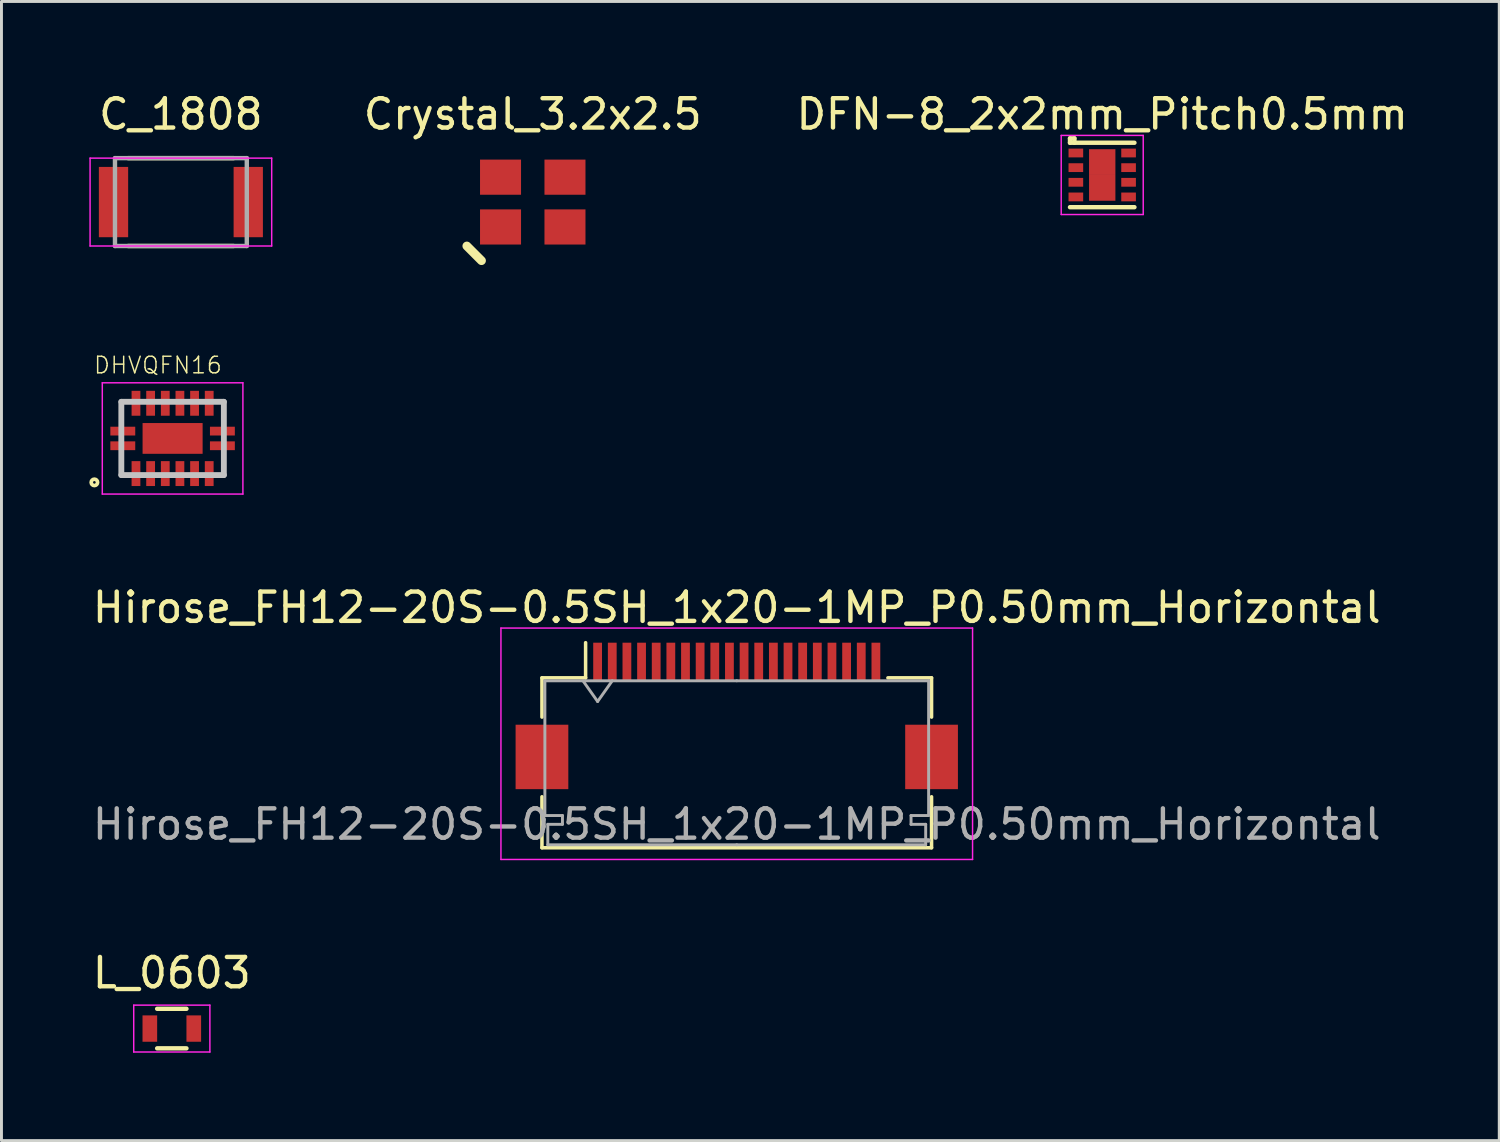
<source format=kicad_pcb>
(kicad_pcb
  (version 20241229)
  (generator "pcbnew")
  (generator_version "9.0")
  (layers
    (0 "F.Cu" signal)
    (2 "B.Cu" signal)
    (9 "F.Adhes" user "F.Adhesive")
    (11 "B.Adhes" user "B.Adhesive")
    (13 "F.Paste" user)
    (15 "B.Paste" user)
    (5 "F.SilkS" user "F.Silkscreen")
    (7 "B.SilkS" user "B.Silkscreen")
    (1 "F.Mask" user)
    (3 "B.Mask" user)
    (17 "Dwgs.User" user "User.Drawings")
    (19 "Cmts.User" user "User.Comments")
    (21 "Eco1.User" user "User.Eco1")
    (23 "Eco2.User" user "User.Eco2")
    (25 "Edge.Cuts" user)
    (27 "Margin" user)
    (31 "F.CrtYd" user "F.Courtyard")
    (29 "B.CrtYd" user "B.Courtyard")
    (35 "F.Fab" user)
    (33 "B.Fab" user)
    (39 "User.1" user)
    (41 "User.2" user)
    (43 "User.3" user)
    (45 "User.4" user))
  (footprint "DFN-8_2x2mm_Pitch0.5mm"
    (layer "F.Cu")
    (at 34.577 2.923)
    (property "Reference" "DFN-8_2x2mm_Pitch0.5mm" (at 0 -2.075 0) (layer "F.SilkS") (effects (font (size 1 1) (thickness 0.15))))
    (attr smd)
    (fp_line (start -1.1 -1.25) (end -0.95 -1.25) (stroke (width 0.15) (type solid)) (layer "F.SilkS"))
    (fp_line (start -1.1 -1.1) (end -1.1 -1.25) (stroke (width 0.15) (type solid)) (layer "F.SilkS"))
    (fp_line (start -1.1 -1.1) (end 1.1 -1.1) (stroke (width 0.15) (type solid)) (layer "F.SilkS"))
    (fp_line (start -1.1 1.1) (end 1.1 1.1) (stroke (width 0.15) (type solid)) (layer "F.SilkS"))
    (fp_line (start -0.95 -1.25) (end -0.95 -1.1) (stroke (width 0.15) (type solid)) (layer "F.SilkS"))
    (fp_line (start -1.4 -1.35) (end -1.4 1.35) (stroke (width 0.05) (type solid)) (layer "F.CrtYd"))
    (fp_line (start -1.4 -1.35) (end 1.4 -1.35) (stroke (width 0.05) (type solid)) (layer "F.CrtYd"))
    (fp_line (start -1.4 1.35) (end 1.4 1.35) (stroke (width 0.05) (type solid)) (layer "F.CrtYd"))
    (fp_line (start 1.4 -1.35) (end 1.4 1.35) (stroke (width 0.05) (type solid)) (layer "F.CrtYd"))
    (pad "1" smd rect (at -0.9 -0.75) (size 0.5 0.3) (layers "F.Cu" "F.Mask" "F.Paste"))
    (pad "2" smd rect (at -0.9 -0.25) (size 0.5 0.3) (layers "F.Cu" "F.Mask" "F.Paste"))
    (pad "3" smd rect (at -0.9 0.25) (size 0.5 0.3) (layers "F.Cu" "F.Mask" "F.Paste"))
    (pad "4" smd rect (at -0.9 0.75) (size 0.5 0.3) (layers "F.Cu" "F.Mask" "F.Paste"))
    (pad "5" smd rect (at 0.9 0.75) (size 0.5 0.3) (layers "F.Cu" "F.Mask" "F.Paste"))
    (pad "6" smd rect (at 0.9 0.25) (size 0.5 0.3) (layers "F.Cu" "F.Mask" "F.Paste"))
    (pad "7" smd rect (at 0.9 -0.25) (size 0.5 0.3) (layers "F.Cu" "F.Mask" "F.Paste"))
    (pad "8" smd rect (at 0.9 -0.75) (size 0.5 0.3) (layers "F.Cu" "F.Mask" "F.Paste"))
    (pad "9" smd rect (at 0 -0.44) (size 0.9 0.88) (layers "F.Cu" "F.Mask" "F.Paste"))
    (pad "9" smd rect (at 0 0.44) (size 0.9 0.88) (layers "F.Cu" "F.Mask" "F.Paste")))
  (footprint "L_0603"
    (layer "F.Cu")
    (at 2.815 32.063)
    (property "Reference" "L_0603" (at 0 -1.9 0) (layer "F.SilkS") (effects (font (size 1 1) (thickness 0.15))))
    (attr smd)
    (fp_line (start -0.5 -0.675) (end 0.5 -0.675) (stroke (width 0.15) (type solid)) (layer "F.SilkS"))
    (fp_line (start 0.5 0.675) (end -0.5 0.675) (stroke (width 0.15) (type solid)) (layer "F.SilkS"))
    (fp_line (start -1.3 -0.8) (end -1.3 0.8) (stroke (width 0.05) (type solid)) (layer "F.CrtYd"))
    (fp_line (start -1.3 -0.8) (end 1.3 -0.8) (stroke (width 0.05) (type solid)) (layer "F.CrtYd"))
    (fp_line (start -1.3 0.8) (end 1.3 0.8) (stroke (width 0.05) (type solid)) (layer "F.CrtYd"))
    (fp_line (start 1.3 -0.8) (end 1.3 0.8) (stroke (width 0.05) (type solid)) (layer "F.CrtYd"))
    (pad "1" smd rect (at -0.75 0) (size 0.5 0.9) (layers "F.Cu" "F.Mask" "F.Paste"))
    (pad "2" smd rect (at 0.75 0) (size 0.5 0.9) (layers "F.Cu" "F.Mask" "F.Paste")))
  (footprint "Crystal_3.2x2.5"
    (layer "F.Cu")
    (at 15.137 3.848)
    (property "Reference" "Crystal_3.2x2.5" (at 0 -3 0) (layer "F.SilkS") (effects (font (size 1 1) (thickness 0.15))))
    (attr through_hole)
    (fp_line (start -2.25 1.5) (end -1.75 2) (stroke (width 0.3) (type solid)) (layer "F.SilkS"))
    (pad "1" smd rect (at -1.1 0.85) (size 1.4 1.2) (layers "F.Cu" "F.Mask" "F.Paste"))
    (pad "2" smd rect (at 1.1 0.85) (size 1.4 1.2) (layers "F.Cu" "F.Mask" "F.Paste"))
    (pad "3" smd rect (at 1.1 -0.85) (size 1.4 1.2) (layers "F.Cu" "F.Mask" "F.Paste"))
    (pad "4" smd rect (at -1.1 -0.85) (size 1.4 1.2) (layers "F.Cu" "F.Mask" "F.Paste")))
  (footprint "Hirose_FH12-20S-0.5SH_1x20-1MP_P0.50mm_Horizontal"
    (layer "F.Cu")
    (at 22.101 21.39)
    (property "Reference" "Hirose_FH12-20S-0.5SH_1x20-1MP_P0.50mm_Horizontal" (at 0 -3.7 0) (layer "F.SilkS") (effects (font (size 1 1) (thickness 0.15))))
    (attr smd)
    (fp_line (start -6.65 -1.3) (end -6.65 0.04) (stroke (width 0.12) (type solid)) (layer "F.SilkS"))
    (fp_line (start -6.65 2.76) (end -6.65 4.5) (stroke (width 0.12) (type solid)) (layer "F.SilkS"))
    (fp_line (start -6.65 4.5) (end 6.65 4.5) (stroke (width 0.12) (type solid)) (layer "F.SilkS"))
    (fp_line (start -5.16 -1.3) (end -6.65 -1.3) (stroke (width 0.12) (type solid)) (layer "F.SilkS"))
    (fp_line (start -5.16 -1.3) (end -5.16 -2.5) (stroke (width 0.12) (type solid)) (layer "F.SilkS"))
    (fp_line (start 5.16 -1.3) (end 6.65 -1.3) (stroke (width 0.12) (type solid)) (layer "F.SilkS"))
    (fp_line (start 6.65 -1.3) (end 6.65 0.04) (stroke (width 0.12) (type solid)) (layer "F.SilkS"))
    (fp_line (start 6.65 4.5) (end 6.65 2.76) (stroke (width 0.12) (type solid)) (layer "F.SilkS"))
    (fp_line (start -8.05 -3) (end -8.05 4.9) (stroke (width 0.05) (type solid)) (layer "F.CrtYd"))
    (fp_line (start -8.05 4.9) (end 8.05 4.9) (stroke (width 0.05) (type solid)) (layer "F.CrtYd"))
    (fp_line (start 8.05 -3) (end -8.05 -3) (stroke (width 0.05) (type solid)) (layer "F.CrtYd"))
    (fp_line (start 8.05 4.9) (end 8.05 -3) (stroke (width 0.05) (type solid)) (layer "F.CrtYd"))
    (fp_line (start -6.55 -1.2) (end -6.55 3.4) (stroke (width 0.1) (type solid)) (layer "F.Fab"))
    (fp_line (start -6.55 3.4) (end -5.95 3.4) (stroke (width 0.1) (type solid)) (layer "F.Fab"))
    (fp_line (start -6.45 3.7) (end -6.45 4.4) (stroke (width 0.1) (type solid)) (layer "F.Fab"))
    (fp_line (start -6.45 4.4) (end 0 4.4) (stroke (width 0.1) (type solid)) (layer "F.Fab"))
    (fp_line (start -5.95 3.4) (end -5.95 3.7) (stroke (width 0.1) (type solid)) (layer "F.Fab"))
    (fp_line (start -5.95 3.7) (end -6.45 3.7) (stroke (width 0.1) (type solid)) (layer "F.Fab"))
    (fp_line (start -5.25 -1.2) (end -4.75 -0.493) (stroke (width 0.1) (type solid)) (layer "F.Fab"))
    (fp_line (start -4.75 -0.493) (end -4.25 -1.2) (stroke (width 0.1) (type solid)) (layer "F.Fab"))
    (fp_line (start 0 -1.2) (end -6.55 -1.2) (stroke (width 0.1) (type solid)) (layer "F.Fab"))
    (fp_line (start 0 -1.2) (end 6.55 -1.2) (stroke (width 0.1) (type solid)) (layer "F.Fab"))
    (fp_line (start 5.95 3.4) (end 5.95 3.7) (stroke (width 0.1) (type solid)) (layer "F.Fab"))
    (fp_line (start 5.95 3.7) (end 6.45 3.7) (stroke (width 0.1) (type solid)) (layer "F.Fab"))
    (fp_line (start 6.45 3.7) (end 6.45 4.4) (stroke (width 0.1) (type solid)) (layer "F.Fab"))
    (fp_line (start 6.45 4.4) (end 0 4.4) (stroke (width 0.1) (type solid)) (layer "F.Fab"))
    (fp_line (start 6.55 -1.2) (end 6.55 3.4) (stroke (width 0.1) (type solid)) (layer "F.Fab"))
    (fp_line (start 6.55 3.4) (end 5.95 3.4) (stroke (width 0.1) (type solid)) (layer "F.Fab"))
    (fp_text user "${REFERENCE}" (at 0 3.7 0) (layer "F.Fab") (effects (font (size 1 1) (thickness 0.15))))
    (pad "1" smd rect (at -4.75 -1.85) (size 0.3 1.3) (layers "F.Cu" "F.Mask" "F.Paste"))
    (pad "2" smd rect (at -4.25 -1.85) (size 0.3 1.3) (layers "F.Cu" "F.Mask" "F.Paste"))
    (pad "3" smd rect (at -3.75 -1.85) (size 0.3 1.3) (layers "F.Cu" "F.Mask" "F.Paste"))
    (pad "4" smd rect (at -3.25 -1.85) (size 0.3 1.3) (layers "F.Cu" "F.Mask" "F.Paste"))
    (pad "5" smd rect (at -2.75 -1.85) (size 0.3 1.3) (layers "F.Cu" "F.Mask" "F.Paste"))
    (pad "6" smd rect (at -2.25 -1.85) (size 0.3 1.3) (layers "F.Cu" "F.Mask" "F.Paste"))
    (pad "7" smd rect (at -1.75 -1.85) (size 0.3 1.3) (layers "F.Cu" "F.Mask" "F.Paste"))
    (pad "8" smd rect (at -1.25 -1.85) (size 0.3 1.3) (layers "F.Cu" "F.Mask" "F.Paste"))
    (pad "9" smd rect (at -0.75 -1.85) (size 0.3 1.3) (layers "F.Cu" "F.Mask" "F.Paste"))
    (pad "10" smd rect (at -0.25 -1.85) (size 0.3 1.3) (layers "F.Cu" "F.Mask" "F.Paste"))
    (pad "11" smd rect (at 0.25 -1.85) (size 0.3 1.3) (layers "F.Cu" "F.Mask" "F.Paste"))
    (pad "12" smd rect (at 0.75 -1.85) (size 0.3 1.3) (layers "F.Cu" "F.Mask" "F.Paste"))
    (pad "13" smd rect (at 1.25 -1.85) (size 0.3 1.3) (layers "F.Cu" "F.Mask" "F.Paste"))
    (pad "14" smd rect (at 1.75 -1.85) (size 0.3 1.3) (layers "F.Cu" "F.Mask" "F.Paste"))
    (pad "15" smd rect (at 2.25 -1.85) (size 0.3 1.3) (layers "F.Cu" "F.Mask" "F.Paste"))
    (pad "16" smd rect (at 2.75 -1.85) (size 0.3 1.3) (layers "F.Cu" "F.Mask" "F.Paste"))
    (pad "17" smd rect (at 3.25 -1.85) (size 0.3 1.3) (layers "F.Cu" "F.Mask" "F.Paste"))
    (pad "18" smd rect (at 3.75 -1.85) (size 0.3 1.3) (layers "F.Cu" "F.Mask" "F.Paste"))
    (pad "19" smd rect (at 4.25 -1.85) (size 0.3 1.3) (layers "F.Cu" "F.Mask" "F.Paste"))
    (pad "20" smd rect (at 4.75 -1.85) (size 0.3 1.3) (layers "F.Cu" "F.Mask" "F.Paste"))
    (pad "MP" smd rect (at -6.65 1.4) (size 1.8 2.2) (layers "F.Cu" "F.Mask" "F.Paste"))
    (pad "MP" smd rect (at 6.65 1.4) (size 1.8 2.2) (layers "F.Cu" "F.Mask" "F.Paste")))
  (footprint "C_1808"
    (layer "F.Cu")
    (at 3.125 3.848)
    (property "Reference" "C_1808" (at 0 -3 0) (layer "F.SilkS") (effects (font (size 1 1) (thickness 0.15))))
    (attr smd)
    (fp_line (start -1.8 1.5) (end 1.8 1.5) (stroke (width 0.15) (type solid)) (layer "F.SilkS"))
    (fp_line (start 1.8 -1.5) (end -1.8 -1.5) (stroke (width 0.15) (type solid)) (layer "F.SilkS"))
    (fp_line (start -3.1 -1.5) (end -3.1 1.5) (stroke (width 0.05) (type solid)) (layer "F.CrtYd"))
    (fp_line (start -3.1 -1.5) (end 3.1 -1.5) (stroke (width 0.05) (type solid)) (layer "F.CrtYd"))
    (fp_line (start -3.1 1.5) (end 3.1 1.5) (stroke (width 0.05) (type solid)) (layer "F.CrtYd"))
    (fp_line (start 3.1 -1.5) (end 3.1 1.5) (stroke (width 0.05) (type solid)) (layer "F.CrtYd"))
    (fp_line (start -2.25 -1.5) (end 2.25 -1.5) (stroke (width 0.15) (type solid)) (layer "F.Fab"))
    (fp_line (start -2.25 1.5) (end -2.25 -1.5) (stroke (width 0.15) (type solid)) (layer "F.Fab"))
    (fp_line (start 2.25 -1.5) (end 2.25 1.5) (stroke (width 0.15) (type solid)) (layer "F.Fab"))
    (fp_line (start 2.25 1.5) (end -2.25 1.5) (stroke (width 0.15) (type solid)) (layer "F.Fab"))
    (pad "1" smd rect (at -2.3 0) (size 1 2.4) (layers "F.Cu" "F.Mask" "F.Paste"))
    (pad "2" smd rect (at 2.3 0) (size 1 2.4) (layers "F.Cu" "F.Mask" "F.Paste")))
  (footprint "DHVQFN16"
    (layer "F.Cu")
    (at 2.842 11.917)
    (property "Reference" "DHVQFN16" (at -0.5 -2.5 0) (layer "F.SilkS") (effects (font (size 0.565 0.565) (thickness 0.05))))
    (attr smd)
    (fp_circle (center -2.67 1.5) (end -2.561 1.5) (stroke (width 0.127) (type solid)) (fill no) (layer "F.SilkS"))
    (fp_line (start -1.75 -1.25) (end -1.75 1.25) (stroke (width 0.2) (type solid)) (layer "Dwgs.User"))
    (fp_line (start 1.75 -1.25) (end -1.75 -1.25) (stroke (width 0.2) (type solid)) (layer "Dwgs.User"))
    (fp_line (start 1.75 -1.25) (end 1.75 1.25) (stroke (width 0.2) (type solid)) (layer "Dwgs.User"))
    (fp_line (start 1.75 1.25) (end -1.75 1.25) (stroke (width 0.2) (type solid)) (layer "Dwgs.User"))
    (fp_line (start -2.4 -1.9) (end 2.4 -1.9) (stroke (width 0.05) (type solid)) (layer "F.CrtYd"))
    (fp_line (start -2.4 1.9) (end -2.4 -1.9) (stroke (width 0.05) (type solid)) (layer "F.CrtYd"))
    (fp_line (start 2.4 -1.9) (end 2.4 1.9) (stroke (width 0.05) (type solid)) (layer "F.CrtYd"))
    (fp_line (start 2.4 1.9) (end -2.4 1.9) (stroke (width 0.05) (type solid)) (layer "F.CrtYd"))
    (pad "1" smd rect (at -1.7 0.25 180) (size 0.85 0.3) (layers "F.Cu" "F.Mask" "F.Paste"))
    (pad "2" smd rect (at -1.25 1.2 90) (size 0.85 0.3) (layers "F.Cu" "F.Mask" "F.Paste"))
    (pad "3" smd rect (at -0.75 1.2 90) (size 0.85 0.3) (layers "F.Cu" "F.Mask" "F.Paste"))
    (pad "4" smd rect (at -0.25 1.2 90) (size 0.85 0.3) (layers "F.Cu" "F.Mask" "F.Paste"))
    (pad "5" smd rect (at 0.25 1.2 90) (size 0.85 0.3) (layers "F.Cu" "F.Mask" "F.Paste"))
    (pad "6" smd rect (at 0.75 1.2 90) (size 0.85 0.3) (layers "F.Cu" "F.Mask" "F.Paste"))
    (pad "7" smd rect (at 1.25 1.2 90) (size 0.85 0.3) (layers "F.Cu" "F.Mask" "F.Paste"))
    (pad "8" smd rect (at 1.7 0.25 180) (size 0.85 0.3) (layers "F.Cu" "F.Mask" "F.Paste"))
    (pad "9" smd rect (at 1.7 -0.25 180) (size 0.85 0.3) (layers "F.Cu" "F.Mask" "F.Paste"))
    (pad "10" smd rect (at 1.25 -1.2 90) (size 0.85 0.3) (layers "F.Cu" "F.Mask" "F.Paste"))
    (pad "11" smd rect (at 0.75 -1.2 90) (size 0.85 0.3) (layers "F.Cu" "F.Mask" "F.Paste"))
    (pad "12" smd rect (at 0.25 -1.2 90) (size 0.85 0.3) (layers "F.Cu" "F.Mask" "F.Paste"))
    (pad "13" smd rect (at -0.25 -1.2 90) (size 0.85 0.3) (layers "F.Cu" "F.Mask" "F.Paste"))
    (pad "14" smd rect (at -0.75 -1.2 90) (size 0.85 0.3) (layers "F.Cu" "F.Mask" "F.Paste"))
    (pad "15" smd rect (at -1.25 -1.2 90) (size 0.85 0.3) (layers "F.Cu" "F.Mask" "F.Paste"))
    (pad "16" smd rect (at -1.7 -0.25 180) (size 0.85 0.3) (layers "F.Cu" "F.Mask" "F.Paste"))
    (pad "17" smd rect (at 0 0) (size 2.05 1.05) (layers "F.Cu" "F.Mask" "F.Paste")))
  (gr_rect
    (start -3 -3)
    (end 48.131 35.888)
    (stroke (width 0.1) (type default))
    (fill no)
    (layer "Edge.Cuts")))
</source>
